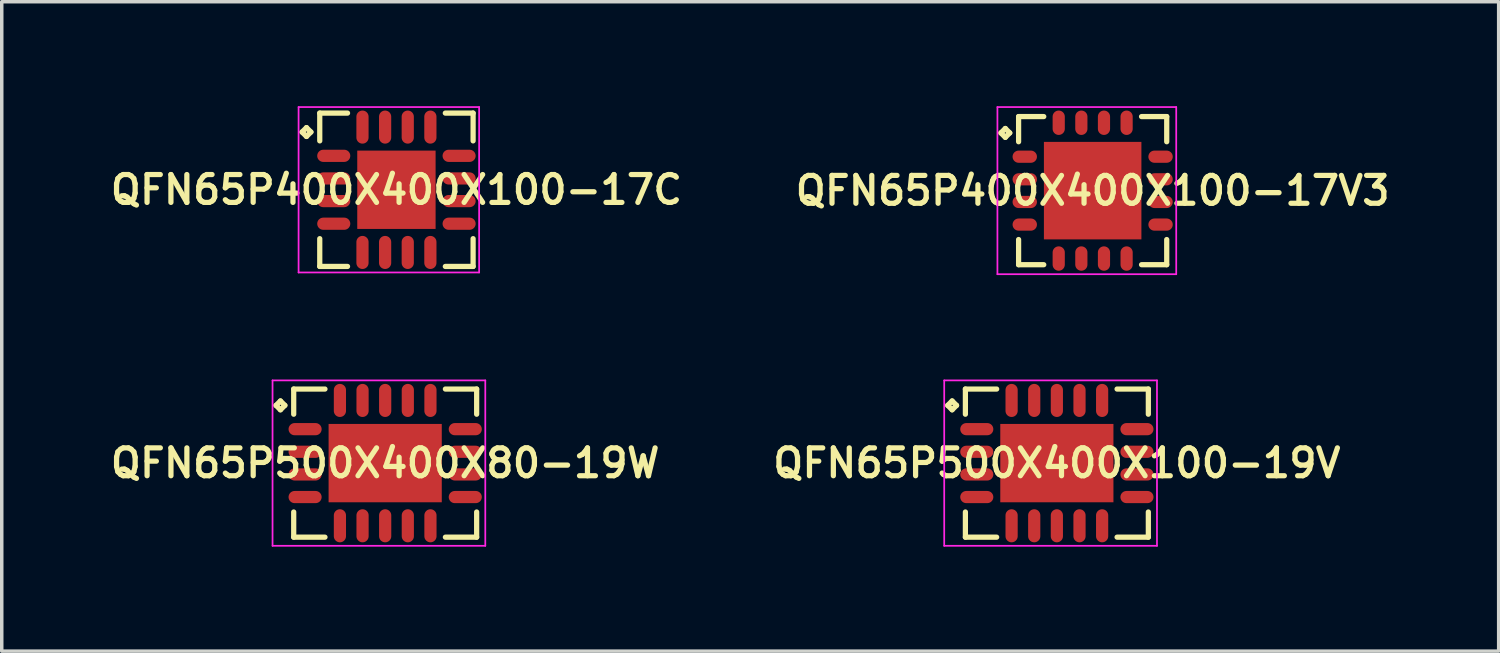
<source format=kicad_pcb>
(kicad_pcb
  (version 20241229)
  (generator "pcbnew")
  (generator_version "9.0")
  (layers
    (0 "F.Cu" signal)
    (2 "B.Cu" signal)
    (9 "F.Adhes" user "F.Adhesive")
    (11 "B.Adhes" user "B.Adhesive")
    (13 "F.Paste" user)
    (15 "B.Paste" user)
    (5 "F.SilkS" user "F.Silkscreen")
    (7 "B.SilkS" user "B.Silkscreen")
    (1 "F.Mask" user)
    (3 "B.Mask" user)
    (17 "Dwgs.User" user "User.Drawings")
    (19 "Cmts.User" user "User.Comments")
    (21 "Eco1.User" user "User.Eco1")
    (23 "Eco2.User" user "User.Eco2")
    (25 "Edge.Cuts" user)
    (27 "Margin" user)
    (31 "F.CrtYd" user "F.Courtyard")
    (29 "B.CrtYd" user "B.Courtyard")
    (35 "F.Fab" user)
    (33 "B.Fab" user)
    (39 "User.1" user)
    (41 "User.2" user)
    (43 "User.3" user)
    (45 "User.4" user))
  (footprint "QFN65P500X400X80-19W"
    (layer "F.Cu")
    (at 8.012 10.25)
    (property "Reference" "QFN65P500X400X80-19W" (at 0 0 0) (layer "F.SilkS") (effects (font (size 0.8 0.8) (thickness 0.15))))
    (attr smd)
    (fp_line (start -3.135 -1.658) (end -3.008 -1.785) (stroke (width 0.15) (type solid)) (layer "F.SilkS"))
    (fp_line (start -3.008 -1.785) (end -2.881 -1.658) (stroke (width 0.15) (type solid)) (layer "F.SilkS"))
    (fp_line (start -3.008 -1.531) (end -3.135 -1.658) (stroke (width 0.15) (type solid)) (layer "F.SilkS"))
    (fp_line (start -2.881 -1.658) (end -3.008 -1.531) (stroke (width 0.15) (type solid)) (layer "F.SilkS"))
    (fp_line (start -2.627 -2.127) (end -1.729 -2.127) (stroke (width 0.15) (type solid)) (layer "F.SilkS"))
    (fp_line (start -2.627 -1.404) (end -2.627 -2.127) (stroke (width 0.15) (type solid)) (layer "F.SilkS"))
    (fp_line (start -2.627 1.404) (end -2.627 2.127) (stroke (width 0.15) (type solid)) (layer "F.SilkS"))
    (fp_line (start -2.627 2.127) (end -1.729 2.127) (stroke (width 0.15) (type solid)) (layer "F.SilkS"))
    (fp_line (start 1.729 -2.127) (end 2.627 -2.127) (stroke (width 0.15) (type solid)) (layer "F.SilkS"))
    (fp_line (start 1.729 2.127) (end 2.627 2.127) (stroke (width 0.15) (type solid)) (layer "F.SilkS"))
    (fp_line (start 2.627 -2.127) (end 2.627 -1.404) (stroke (width 0.15) (type solid)) (layer "F.SilkS"))
    (fp_line (start 2.627 2.127) (end 2.627 1.404) (stroke (width 0.15) (type solid)) (layer "F.SilkS"))
    (fp_line (start -3.235 -2.375) (end 2.875 -2.375) (stroke (width 0.05) (type solid)) (layer "F.CrtYd"))
    (fp_line (start -3.235 2.375) (end -3.235 -2.375) (stroke (width 0.05) (type solid)) (layer "F.CrtYd"))
    (fp_line (start 2.875 -2.375) (end 2.875 2.375) (stroke (width 0.05) (type solid)) (layer "F.CrtYd"))
    (fp_line (start 2.875 2.375) (end -3.235 2.375) (stroke (width 0.05) (type solid)) (layer "F.CrtYd"))
    (pad "1" smd oval (at -2.3 -0.975) (size 0.95 0.35) (layers "F.Cu" "F.Mask" "F.Paste"))
    (pad "2" smd oval (at -2.3 -0.325) (size 0.95 0.35) (layers "F.Cu" "F.Mask" "F.Paste"))
    (pad "3" smd oval (at -2.3 0.325) (size 0.95 0.35) (layers "F.Cu" "F.Mask" "F.Paste"))
    (pad "4" smd oval (at -2.3 0.975) (size 0.95 0.35) (layers "F.Cu" "F.Mask" "F.Paste"))
    (pad "5" smd oval (at -1.3 1.8) (size 0.35 0.95) (layers "F.Cu" "F.Mask" "F.Paste"))
    (pad "6" smd oval (at -0.65 1.8) (size 0.35 0.95) (layers "F.Cu" "F.Mask" "F.Paste"))
    (pad "7" smd oval (at 0 1.8) (size 0.35 0.95) (layers "F.Cu" "F.Mask" "F.Paste"))
    (pad "8" smd oval (at 0.65 1.8) (size 0.35 0.95) (layers "F.Cu" "F.Mask" "F.Paste"))
    (pad "9" smd oval (at 1.3 1.8) (size 0.35 0.95) (layers "F.Cu" "F.Mask" "F.Paste"))
    (pad "10" smd oval (at 2.3 0.975) (size 0.95 0.35) (layers "F.Cu" "F.Mask" "F.Paste"))
    (pad "11" smd oval (at 2.3 0.325) (size 0.95 0.35) (layers "F.Cu" "F.Mask" "F.Paste"))
    (pad "12" smd oval (at 2.3 -0.325) (size 0.95 0.35) (layers "F.Cu" "F.Mask" "F.Paste"))
    (pad "13" smd oval (at 2.3 -0.975) (size 0.95 0.35) (layers "F.Cu" "F.Mask" "F.Paste"))
    (pad "14" smd oval (at 1.3 -1.8) (size 0.35 0.95) (layers "F.Cu" "F.Mask" "F.Paste"))
    (pad "15" smd oval (at 0.65 -1.8) (size 0.35 0.95) (layers "F.Cu" "F.Mask" "F.Paste"))
    (pad "16" smd oval (at 0 -1.8) (size 0.35 0.95) (layers "F.Cu" "F.Mask" "F.Paste"))
    (pad "17" smd oval (at -0.65 -1.8) (size 0.35 0.95) (layers "F.Cu" "F.Mask" "F.Paste"))
    (pad "18" smd oval (at -1.3 -1.8) (size 0.35 0.95) (layers "F.Cu" "F.Mask" "F.Paste"))
    (pad "19" smd rect (at 0 0) (size 3.25 2.25) (layers "F.Cu" "F.Mask" "F.Paste")))
  (footprint "QFN65P400X400X100-17V3"
    (layer "F.Cu")
    (at 28.33 2.425)
    (property "Reference" "QFN65P400X400X100-17V3" (at 0 0 0) (layer "F.SilkS") (effects (font (size 0.8 0.8) (thickness 0.15))))
    (attr smd)
    (fp_line (start -2.635 -1.658) (end -2.508 -1.785) (stroke (width 0.15) (type solid)) (layer "F.SilkS"))
    (fp_line (start -2.508 -1.785) (end -2.381 -1.658) (stroke (width 0.15) (type solid)) (layer "F.SilkS"))
    (fp_line (start -2.508 -1.531) (end -2.635 -1.658) (stroke (width 0.15) (type solid)) (layer "F.SilkS"))
    (fp_line (start -2.381 -1.658) (end -2.508 -1.531) (stroke (width 0.15) (type solid)) (layer "F.SilkS"))
    (fp_line (start -2.127 -2.127) (end -1.404 -2.127) (stroke (width 0.15) (type solid)) (layer "F.SilkS"))
    (fp_line (start -2.127 -1.404) (end -2.127 -2.127) (stroke (width 0.15) (type solid)) (layer "F.SilkS"))
    (fp_line (start -2.127 1.404) (end -2.127 2.127) (stroke (width 0.15) (type solid)) (layer "F.SilkS"))
    (fp_line (start -2.127 2.127) (end -1.404 2.127) (stroke (width 0.15) (type solid)) (layer "F.SilkS"))
    (fp_line (start 1.404 -2.127) (end 2.127 -2.127) (stroke (width 0.15) (type solid)) (layer "F.SilkS"))
    (fp_line (start 1.404 2.127) (end 2.127 2.127) (stroke (width 0.15) (type solid)) (layer "F.SilkS"))
    (fp_line (start 2.127 -2.127) (end 2.127 -1.404) (stroke (width 0.15) (type solid)) (layer "F.SilkS"))
    (fp_line (start 2.127 2.127) (end 2.127 1.404) (stroke (width 0.15) (type solid)) (layer "F.SilkS"))
    (fp_line (start -2.735 -2.4) (end 2.4 -2.4) (stroke (width 0.05) (type solid)) (layer "F.CrtYd"))
    (fp_line (start -2.735 2.4) (end -2.735 -2.4) (stroke (width 0.05) (type solid)) (layer "F.CrtYd"))
    (fp_line (start 2.4 -2.4) (end 2.4 2.4) (stroke (width 0.05) (type solid)) (layer "F.CrtYd"))
    (fp_line (start 2.4 2.4) (end -2.735 2.4) (stroke (width 0.05) (type solid)) (layer "F.CrtYd"))
    (pad "1" smd oval (at -1.95 -0.975) (size 0.7 0.35) (layers "F.Cu" "F.Mask" "F.Paste"))
    (pad "2" smd oval (at -1.95 -0.325) (size 0.7 0.35) (layers "F.Cu" "F.Mask" "F.Paste"))
    (pad "3" smd oval (at -1.95 0.325) (size 0.7 0.35) (layers "F.Cu" "F.Mask" "F.Paste"))
    (pad "4" smd oval (at -1.95 0.975) (size 0.7 0.35) (layers "F.Cu" "F.Mask" "F.Paste"))
    (pad "5" smd oval (at -0.975 1.95) (size 0.35 0.7) (layers "F.Cu" "F.Mask" "F.Paste"))
    (pad "6" smd oval (at -0.325 1.95) (size 0.35 0.7) (layers "F.Cu" "F.Mask" "F.Paste"))
    (pad "7" smd oval (at 0.325 1.95) (size 0.35 0.7) (layers "F.Cu" "F.Mask" "F.Paste"))
    (pad "8" smd oval (at 0.975 1.95) (size 0.35 0.7) (layers "F.Cu" "F.Mask" "F.Paste"))
    (pad "9" smd oval (at 1.95 0.975) (size 0.7 0.35) (layers "F.Cu" "F.Mask" "F.Paste"))
    (pad "10" smd oval (at 1.95 0.325) (size 0.7 0.35) (layers "F.Cu" "F.Mask" "F.Paste"))
    (pad "11" smd oval (at 1.95 -0.325) (size 0.7 0.35) (layers "F.Cu" "F.Mask" "F.Paste"))
    (pad "12" smd oval (at 1.95 -0.975) (size 0.7 0.35) (layers "F.Cu" "F.Mask" "F.Paste"))
    (pad "13" smd oval (at 0.975 -1.95) (size 0.35 0.7) (layers "F.Cu" "F.Mask" "F.Paste"))
    (pad "14" smd oval (at 0.325 -1.95) (size 0.35 0.7) (layers "F.Cu" "F.Mask" "F.Paste"))
    (pad "15" smd oval (at -0.325 -1.95) (size 0.35 0.7) (layers "F.Cu" "F.Mask" "F.Paste"))
    (pad "16" smd oval (at -0.975 -1.95) (size 0.35 0.7) (layers "F.Cu" "F.Mask" "F.Paste"))
    (pad "17" smd rect (at 0 0) (size 2.8 2.8) (layers "F.Cu" "F.Mask" "F.Paste")))
  (footprint "QFN65P400X400X100-17C"
    (layer "F.Cu")
    (at 8.335 2.4)
    (property "Reference" "QFN65P400X400X100-17C" (at 0 0 0) (layer "F.SilkS") (effects (font (size 0.8 0.8) (thickness 0.15))))
    (attr smd)
    (fp_line (start -2.71 -1.658) (end -2.583 -1.785) (stroke (width 0.15) (type solid)) (layer "F.SilkS"))
    (fp_line (start -2.583 -1.785) (end -2.456 -1.658) (stroke (width 0.15) (type solid)) (layer "F.SilkS"))
    (fp_line (start -2.583 -1.531) (end -2.71 -1.658) (stroke (width 0.15) (type solid)) (layer "F.SilkS"))
    (fp_line (start -2.456 -1.658) (end -2.583 -1.531) (stroke (width 0.15) (type solid)) (layer "F.SilkS"))
    (fp_line (start -2.202 -2.202) (end -1.404 -2.202) (stroke (width 0.15) (type solid)) (layer "F.SilkS"))
    (fp_line (start -2.202 -1.404) (end -2.202 -2.202) (stroke (width 0.15) (type solid)) (layer "F.SilkS"))
    (fp_line (start -2.202 1.404) (end -2.202 2.202) (stroke (width 0.15) (type solid)) (layer "F.SilkS"))
    (fp_line (start -2.202 2.202) (end -1.404 2.202) (stroke (width 0.15) (type solid)) (layer "F.SilkS"))
    (fp_line (start 1.404 -2.202) (end 2.202 -2.202) (stroke (width 0.15) (type solid)) (layer "F.SilkS"))
    (fp_line (start 1.404 2.202) (end 2.202 2.202) (stroke (width 0.15) (type solid)) (layer "F.SilkS"))
    (fp_line (start 2.202 -2.202) (end 2.202 -1.404) (stroke (width 0.15) (type solid)) (layer "F.SilkS"))
    (fp_line (start 2.202 2.202) (end 2.202 1.404) (stroke (width 0.15) (type solid)) (layer "F.SilkS"))
    (fp_line (start -2.81 -2.375) (end 2.375 -2.375) (stroke (width 0.05) (type solid)) (layer "F.CrtYd"))
    (fp_line (start -2.81 2.375) (end -2.81 -2.375) (stroke (width 0.05) (type solid)) (layer "F.CrtYd"))
    (fp_line (start 2.375 -2.375) (end 2.375 2.375) (stroke (width 0.05) (type solid)) (layer "F.CrtYd"))
    (fp_line (start 2.375 2.375) (end -2.81 2.375) (stroke (width 0.05) (type solid)) (layer "F.CrtYd"))
    (pad "1" smd oval (at -1.8 -0.975) (size 0.95 0.35) (layers "F.Cu" "F.Mask" "F.Paste"))
    (pad "2" smd oval (at -1.8 -0.325) (size 0.95 0.35) (layers "F.Cu" "F.Mask" "F.Paste"))
    (pad "3" smd oval (at -1.8 0.325) (size 0.95 0.35) (layers "F.Cu" "F.Mask" "F.Paste"))
    (pad "4" smd oval (at -1.8 0.975) (size 0.95 0.35) (layers "F.Cu" "F.Mask" "F.Paste"))
    (pad "5" smd oval (at -0.975 1.8) (size 0.35 0.95) (layers "F.Cu" "F.Mask" "F.Paste"))
    (pad "6" smd oval (at -0.325 1.8) (size 0.35 0.95) (layers "F.Cu" "F.Mask" "F.Paste"))
    (pad "7" smd oval (at 0.325 1.8) (size 0.35 0.95) (layers "F.Cu" "F.Mask" "F.Paste"))
    (pad "8" smd oval (at 0.975 1.8) (size 0.35 0.95) (layers "F.Cu" "F.Mask" "F.Paste"))
    (pad "9" smd oval (at 1.8 0.975) (size 0.95 0.35) (layers "F.Cu" "F.Mask" "F.Paste"))
    (pad "10" smd oval (at 1.8 0.325) (size 0.95 0.35) (layers "F.Cu" "F.Mask" "F.Paste"))
    (pad "11" smd oval (at 1.8 -0.325) (size 0.95 0.35) (layers "F.Cu" "F.Mask" "F.Paste"))
    (pad "12" smd oval (at 1.8 -0.975) (size 0.95 0.35) (layers "F.Cu" "F.Mask" "F.Paste"))
    (pad "13" smd oval (at 0.975 -1.8) (size 0.35 0.95) (layers "F.Cu" "F.Mask" "F.Paste"))
    (pad "14" smd oval (at 0.325 -1.8) (size 0.35 0.95) (layers "F.Cu" "F.Mask" "F.Paste"))
    (pad "15" smd oval (at -0.325 -1.8) (size 0.35 0.95) (layers "F.Cu" "F.Mask" "F.Paste"))
    (pad "16" smd oval (at -0.975 -1.8) (size 0.35 0.95) (layers "F.Cu" "F.Mask" "F.Paste"))
    (pad "17" smd rect (at 0 0) (size 2.25 2.25) (layers "F.Cu" "F.Mask" "F.Paste")))
  (footprint "QFN65P500X400X100-19V"
    (layer "F.Cu")
    (at 27.302 10.25)
    (property "Reference" "QFN65P500X400X100-19V" (at 0 0 0) (layer "F.SilkS") (effects (font (size 0.8 0.8) (thickness 0.15))))
    (attr smd)
    (fp_line (start -3.135 -1.658) (end -3.008 -1.785) (stroke (width 0.15) (type solid)) (layer "F.SilkS"))
    (fp_line (start -3.008 -1.785) (end -2.881 -1.658) (stroke (width 0.15) (type solid)) (layer "F.SilkS"))
    (fp_line (start -3.008 -1.531) (end -3.135 -1.658) (stroke (width 0.15) (type solid)) (layer "F.SilkS"))
    (fp_line (start -2.881 -1.658) (end -3.008 -1.531) (stroke (width 0.15) (type solid)) (layer "F.SilkS"))
    (fp_line (start -2.627 -2.127) (end -1.729 -2.127) (stroke (width 0.15) (type solid)) (layer "F.SilkS"))
    (fp_line (start -2.627 -1.404) (end -2.627 -2.127) (stroke (width 0.15) (type solid)) (layer "F.SilkS"))
    (fp_line (start -2.627 1.404) (end -2.627 2.127) (stroke (width 0.15) (type solid)) (layer "F.SilkS"))
    (fp_line (start -2.627 2.127) (end -1.729 2.127) (stroke (width 0.15) (type solid)) (layer "F.SilkS"))
    (fp_line (start 1.729 -2.127) (end 2.627 -2.127) (stroke (width 0.15) (type solid)) (layer "F.SilkS"))
    (fp_line (start 1.729 2.127) (end 2.627 2.127) (stroke (width 0.15) (type solid)) (layer "F.SilkS"))
    (fp_line (start 2.627 -2.127) (end 2.627 -1.404) (stroke (width 0.15) (type solid)) (layer "F.SilkS"))
    (fp_line (start 2.627 2.127) (end 2.627 1.404) (stroke (width 0.15) (type solid)) (layer "F.SilkS"))
    (fp_line (start -3.235 -2.375) (end 2.875 -2.375) (stroke (width 0.05) (type solid)) (layer "F.CrtYd"))
    (fp_line (start -3.235 2.375) (end -3.235 -2.375) (stroke (width 0.05) (type solid)) (layer "F.CrtYd"))
    (fp_line (start 2.875 -2.375) (end 2.875 2.375) (stroke (width 0.05) (type solid)) (layer "F.CrtYd"))
    (fp_line (start 2.875 2.375) (end -3.235 2.375) (stroke (width 0.05) (type solid)) (layer "F.CrtYd"))
    (pad "1" smd oval (at -2.3 -0.975) (size 0.95 0.35) (layers "F.Cu" "F.Mask" "F.Paste"))
    (pad "2" smd oval (at -2.3 -0.325) (size 0.95 0.35) (layers "F.Cu" "F.Mask" "F.Paste"))
    (pad "3" smd oval (at -2.3 0.325) (size 0.95 0.35) (layers "F.Cu" "F.Mask" "F.Paste"))
    (pad "4" smd oval (at -2.3 0.975) (size 0.95 0.35) (layers "F.Cu" "F.Mask" "F.Paste"))
    (pad "5" smd oval (at -1.3 1.8) (size 0.35 0.95) (layers "F.Cu" "F.Mask" "F.Paste"))
    (pad "6" smd oval (at -0.65 1.8) (size 0.35 0.95) (layers "F.Cu" "F.Mask" "F.Paste"))
    (pad "7" smd oval (at 0 1.8) (size 0.35 0.95) (layers "F.Cu" "F.Mask" "F.Paste"))
    (pad "8" smd oval (at 0.65 1.8) (size 0.35 0.95) (layers "F.Cu" "F.Mask" "F.Paste"))
    (pad "9" smd oval (at 1.3 1.8) (size 0.35 0.95) (layers "F.Cu" "F.Mask" "F.Paste"))
    (pad "10" smd oval (at 2.3 0.975) (size 0.95 0.35) (layers "F.Cu" "F.Mask" "F.Paste"))
    (pad "11" smd oval (at 2.3 0.325) (size 0.95 0.35) (layers "F.Cu" "F.Mask" "F.Paste"))
    (pad "12" smd oval (at 2.3 -0.325) (size 0.95 0.35) (layers "F.Cu" "F.Mask" "F.Paste"))
    (pad "13" smd oval (at 2.3 -0.975) (size 0.95 0.35) (layers "F.Cu" "F.Mask" "F.Paste"))
    (pad "14" smd oval (at 1.3 -1.8) (size 0.35 0.95) (layers "F.Cu" "F.Mask" "F.Paste"))
    (pad "15" smd oval (at 0.65 -1.8) (size 0.35 0.95) (layers "F.Cu" "F.Mask" "F.Paste"))
    (pad "16" smd oval (at 0 -1.8) (size 0.35 0.95) (layers "F.Cu" "F.Mask" "F.Paste"))
    (pad "17" smd oval (at -0.65 -1.8) (size 0.35 0.95) (layers "F.Cu" "F.Mask" "F.Paste"))
    (pad "18" smd oval (at -1.3 -1.8) (size 0.35 0.95) (layers "F.Cu" "F.Mask" "F.Paste"))
    (pad "19" smd rect (at 0 0) (size 3.25 2.25) (layers "F.Cu" "F.Mask" "F.Paste")))
  (gr_rect
    (start -3 -3)
    (end 39.99 15.65)
    (stroke (width 0.1) (type default))
    (fill no)
    (layer "Edge.Cuts")))
</source>
